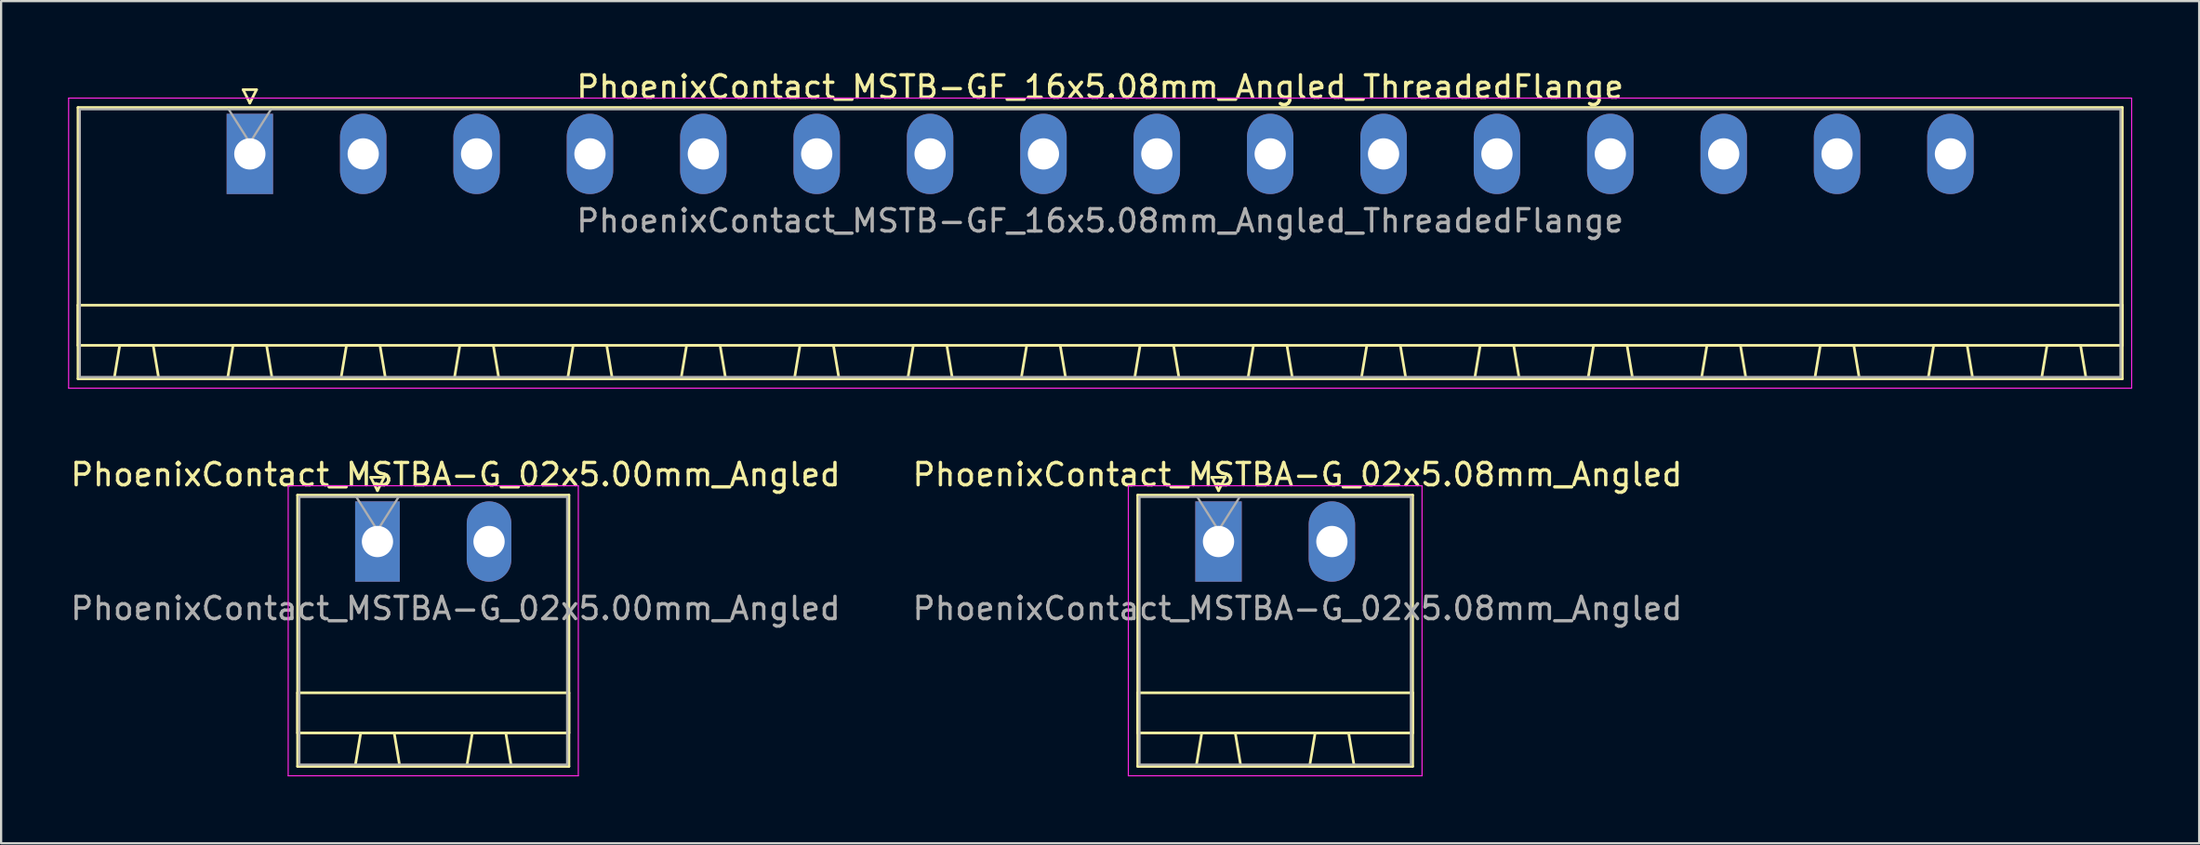
<source format=kicad_pcb>
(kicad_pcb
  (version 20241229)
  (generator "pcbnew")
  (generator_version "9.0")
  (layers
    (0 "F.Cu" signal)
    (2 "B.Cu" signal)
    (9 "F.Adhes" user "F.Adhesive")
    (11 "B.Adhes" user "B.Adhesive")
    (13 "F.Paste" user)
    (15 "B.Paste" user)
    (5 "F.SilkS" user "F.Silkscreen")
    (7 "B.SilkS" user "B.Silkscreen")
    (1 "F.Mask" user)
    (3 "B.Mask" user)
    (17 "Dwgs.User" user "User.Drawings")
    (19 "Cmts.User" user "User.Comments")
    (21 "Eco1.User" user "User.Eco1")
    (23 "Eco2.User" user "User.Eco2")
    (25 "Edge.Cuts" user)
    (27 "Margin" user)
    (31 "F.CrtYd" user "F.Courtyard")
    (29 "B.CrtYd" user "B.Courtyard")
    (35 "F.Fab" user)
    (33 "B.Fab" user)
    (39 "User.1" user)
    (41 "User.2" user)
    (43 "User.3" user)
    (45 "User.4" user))
  (footprint "PhoenixContact_MSTBA-G_02x5.08mm_Angled"
    (layer "F.Cu")
    (at 51.549 21.221)
    (property "Reference" "PhoenixContact_MSTBA-G_02x5.08mm_Angled" (at 3.54 -3 0) (layer "F.SilkS") (effects (font (size 1 1) (thickness 0.15))))
    (attr through_hole)
    (fp_line (start -3.62 -2.08) (end -3.62 10.08) (stroke (width 0.12) (type solid)) (layer "F.SilkS"))
    (fp_line (start -3.62 6.78) (end 8.7 6.78) (stroke (width 0.12) (type solid)) (layer "F.SilkS"))
    (fp_line (start -3.62 8.58) (end -3.62 6.78) (stroke (width 0.12) (type solid)) (layer "F.SilkS"))
    (fp_line (start -3.62 10.08) (end 8.7 10.08) (stroke (width 0.12) (type solid)) (layer "F.SilkS"))
    (fp_line (start -1 10.08) (end 1 10.08) (stroke (width 0.12) (type solid)) (layer "F.SilkS"))
    (fp_line (start -0.75 8.58) (end -1 10.08) (stroke (width 0.12) (type solid)) (layer "F.SilkS"))
    (fp_line (start -0.3 -2.88) (end 0.3 -2.88) (stroke (width 0.12) (type solid)) (layer "F.SilkS"))
    (fp_line (start 0 -2.28) (end -0.3 -2.88) (stroke (width 0.12) (type solid)) (layer "F.SilkS"))
    (fp_line (start 0.3 -2.88) (end 0 -2.28) (stroke (width 0.12) (type solid)) (layer "F.SilkS"))
    (fp_line (start 0.75 8.58) (end -0.75 8.58) (stroke (width 0.12) (type solid)) (layer "F.SilkS"))
    (fp_line (start 1 10.08) (end 0.75 8.58) (stroke (width 0.12) (type solid)) (layer "F.SilkS"))
    (fp_line (start 4.08 10.08) (end 6.08 10.08) (stroke (width 0.12) (type solid)) (layer "F.SilkS"))
    (fp_line (start 4.33 8.58) (end 4.08 10.08) (stroke (width 0.12) (type solid)) (layer "F.SilkS"))
    (fp_line (start 5.83 8.58) (end 4.33 8.58) (stroke (width 0.12) (type solid)) (layer "F.SilkS"))
    (fp_line (start 6.08 10.08) (end 5.83 8.58) (stroke (width 0.12) (type solid)) (layer "F.SilkS"))
    (fp_line (start 8.7 -2.08) (end -3.62 -2.08) (stroke (width 0.12) (type solid)) (layer "F.SilkS"))
    (fp_line (start 8.7 6.78) (end 8.7 8.58) (stroke (width 0.12) (type solid)) (layer "F.SilkS"))
    (fp_line (start 8.7 8.58) (end -3.62 8.58) (stroke (width 0.12) (type solid)) (layer "F.SilkS"))
    (fp_line (start 8.7 10.08) (end 8.7 -2.08) (stroke (width 0.12) (type solid)) (layer "F.SilkS"))
    (fp_line (start -4.04 -2.5) (end -4.04 10.5) (stroke (width 0.05) (type solid)) (layer "F.CrtYd"))
    (fp_line (start -4.04 10.5) (end 9.12 10.5) (stroke (width 0.05) (type solid)) (layer "F.CrtYd"))
    (fp_line (start 9.12 -2.5) (end -4.04 -2.5) (stroke (width 0.05) (type solid)) (layer "F.CrtYd"))
    (fp_line (start 9.12 10.5) (end 9.12 -2.5) (stroke (width 0.05) (type solid)) (layer "F.CrtYd"))
    (fp_line (start -3.54 -2) (end -3.54 10) (stroke (width 0.1) (type solid)) (layer "F.Fab"))
    (fp_line (start -3.54 10) (end 8.62 10) (stroke (width 0.1) (type solid)) (layer "F.Fab"))
    (fp_line (start 0 -0.5) (end -0.95 -2) (stroke (width 0.1) (type solid)) (layer "F.Fab"))
    (fp_line (start 0.95 -2) (end 0 -0.5) (stroke (width 0.1) (type solid)) (layer "F.Fab"))
    (fp_line (start 8.62 -2) (end -3.54 -2) (stroke (width 0.1) (type solid)) (layer "F.Fab"))
    (fp_line (start 8.62 10) (end 8.62 -2) (stroke (width 0.1) (type solid)) (layer "F.Fab"))
    (fp_text user "${REFERENCE}" (at 3.54 3 0) (layer "F.Fab") (effects (font (size 1 1) (thickness 0.15))))
    (pad "1" thru_hole rect (at 0 0) (size 2.08 3.6) (drill 1.4) (layers "*.Cu" "*.Mask"))
    (pad "2" thru_hole oval (at 5.08 0) (size 2.08 3.6) (drill 1.4) (layers "*.Cu" "*.Mask")))
  (footprint "PhoenixContact_MSTB-GF_16x5.08mm_Angled_ThreadedFlange"
    (layer "F.Cu")
    (at 8.145 3.848)
    (property "Reference" "PhoenixContact_MSTB-GF_16x5.08mm_Angled_ThreadedFlange" (at 38.1 -3 0) (layer "F.SilkS") (effects (font (size 1 1) (thickness 0.15))))
    (attr through_hole)
    (fp_line (start -7.7 -2.08) (end -7.7 10.08) (stroke (width 0.12) (type solid)) (layer "F.SilkS"))
    (fp_line (start -7.7 6.78) (end 83.9 6.78) (stroke (width 0.12) (type solid)) (layer "F.SilkS"))
    (fp_line (start -7.7 8.58) (end -7.7 6.78) (stroke (width 0.12) (type solid)) (layer "F.SilkS"))
    (fp_line (start -7.7 10.08) (end 83.9 10.08) (stroke (width 0.12) (type solid)) (layer "F.SilkS"))
    (fp_line (start -6.08 10.08) (end -4.08 10.08) (stroke (width 0.12) (type solid)) (layer "F.SilkS"))
    (fp_line (start -5.83 8.58) (end -6.08 10.08) (stroke (width 0.12) (type solid)) (layer "F.SilkS"))
    (fp_line (start -4.33 8.58) (end -5.83 8.58) (stroke (width 0.12) (type solid)) (layer "F.SilkS"))
    (fp_line (start -4.08 10.08) (end -4.33 8.58) (stroke (width 0.12) (type solid)) (layer "F.SilkS"))
    (fp_line (start -1 10.08) (end 1 10.08) (stroke (width 0.12) (type solid)) (layer "F.SilkS"))
    (fp_line (start -0.75 8.58) (end -1 10.08) (stroke (width 0.12) (type solid)) (layer "F.SilkS"))
    (fp_line (start -0.3 -2.88) (end 0.3 -2.88) (stroke (width 0.12) (type solid)) (layer "F.SilkS"))
    (fp_line (start 0 -2.28) (end -0.3 -2.88) (stroke (width 0.12) (type solid)) (layer "F.SilkS"))
    (fp_line (start 0.3 -2.88) (end 0 -2.28) (stroke (width 0.12) (type solid)) (layer "F.SilkS"))
    (fp_line (start 0.75 8.58) (end -0.75 8.58) (stroke (width 0.12) (type solid)) (layer "F.SilkS"))
    (fp_line (start 1 10.08) (end 0.75 8.58) (stroke (width 0.12) (type solid)) (layer "F.SilkS"))
    (fp_line (start 4.08 10.08) (end 6.08 10.08) (stroke (width 0.12) (type solid)) (layer "F.SilkS"))
    (fp_line (start 4.33 8.58) (end 4.08 10.08) (stroke (width 0.12) (type solid)) (layer "F.SilkS"))
    (fp_line (start 5.83 8.58) (end 4.33 8.58) (stroke (width 0.12) (type solid)) (layer "F.SilkS"))
    (fp_line (start 6.08 10.08) (end 5.83 8.58) (stroke (width 0.12) (type solid)) (layer "F.SilkS"))
    (fp_line (start 9.16 10.08) (end 11.16 10.08) (stroke (width 0.12) (type solid)) (layer "F.SilkS"))
    (fp_line (start 9.41 8.58) (end 9.16 10.08) (stroke (width 0.12) (type solid)) (layer "F.SilkS"))
    (fp_line (start 10.91 8.58) (end 9.41 8.58) (stroke (width 0.12) (type solid)) (layer "F.SilkS"))
    (fp_line (start 11.16 10.08) (end 10.91 8.58) (stroke (width 0.12) (type solid)) (layer "F.SilkS"))
    (fp_line (start 14.24 10.08) (end 16.24 10.08) (stroke (width 0.12) (type solid)) (layer "F.SilkS"))
    (fp_line (start 14.49 8.58) (end 14.24 10.08) (stroke (width 0.12) (type solid)) (layer "F.SilkS"))
    (fp_line (start 15.99 8.58) (end 14.49 8.58) (stroke (width 0.12) (type solid)) (layer "F.SilkS"))
    (fp_line (start 16.24 10.08) (end 15.99 8.58) (stroke (width 0.12) (type solid)) (layer "F.SilkS"))
    (fp_line (start 19.32 10.08) (end 21.32 10.08) (stroke (width 0.12) (type solid)) (layer "F.SilkS"))
    (fp_line (start 19.57 8.58) (end 19.32 10.08) (stroke (width 0.12) (type solid)) (layer "F.SilkS"))
    (fp_line (start 21.07 8.58) (end 19.57 8.58) (stroke (width 0.12) (type solid)) (layer "F.SilkS"))
    (fp_line (start 21.32 10.08) (end 21.07 8.58) (stroke (width 0.12) (type solid)) (layer "F.SilkS"))
    (fp_line (start 24.4 10.08) (end 26.4 10.08) (stroke (width 0.12) (type solid)) (layer "F.SilkS"))
    (fp_line (start 24.65 8.58) (end 24.4 10.08) (stroke (width 0.12) (type solid)) (layer "F.SilkS"))
    (fp_line (start 26.15 8.58) (end 24.65 8.58) (stroke (width 0.12) (type solid)) (layer "F.SilkS"))
    (fp_line (start 26.4 10.08) (end 26.15 8.58) (stroke (width 0.12) (type solid)) (layer "F.SilkS"))
    (fp_line (start 29.48 10.08) (end 31.48 10.08) (stroke (width 0.12) (type solid)) (layer "F.SilkS"))
    (fp_line (start 29.73 8.58) (end 29.48 10.08) (stroke (width 0.12) (type solid)) (layer "F.SilkS"))
    (fp_line (start 31.23 8.58) (end 29.73 8.58) (stroke (width 0.12) (type solid)) (layer "F.SilkS"))
    (fp_line (start 31.48 10.08) (end 31.23 8.58) (stroke (width 0.12) (type solid)) (layer "F.SilkS"))
    (fp_line (start 34.56 10.08) (end 36.56 10.08) (stroke (width 0.12) (type solid)) (layer "F.SilkS"))
    (fp_line (start 34.81 8.58) (end 34.56 10.08) (stroke (width 0.12) (type solid)) (layer "F.SilkS"))
    (fp_line (start 36.31 8.58) (end 34.81 8.58) (stroke (width 0.12) (type solid)) (layer "F.SilkS"))
    (fp_line (start 36.56 10.08) (end 36.31 8.58) (stroke (width 0.12) (type solid)) (layer "F.SilkS"))
    (fp_line (start 39.64 10.08) (end 41.64 10.08) (stroke (width 0.12) (type solid)) (layer "F.SilkS"))
    (fp_line (start 39.89 8.58) (end 39.64 10.08) (stroke (width 0.12) (type solid)) (layer "F.SilkS"))
    (fp_line (start 41.39 8.58) (end 39.89 8.58) (stroke (width 0.12) (type solid)) (layer "F.SilkS"))
    (fp_line (start 41.64 10.08) (end 41.39 8.58) (stroke (width 0.12) (type solid)) (layer "F.SilkS"))
    (fp_line (start 44.72 10.08) (end 46.72 10.08) (stroke (width 0.12) (type solid)) (layer "F.SilkS"))
    (fp_line (start 44.97 8.58) (end 44.72 10.08) (stroke (width 0.12) (type solid)) (layer "F.SilkS"))
    (fp_line (start 46.47 8.58) (end 44.97 8.58) (stroke (width 0.12) (type solid)) (layer "F.SilkS"))
    (fp_line (start 46.72 10.08) (end 46.47 8.58) (stroke (width 0.12) (type solid)) (layer "F.SilkS"))
    (fp_line (start 49.8 10.08) (end 51.8 10.08) (stroke (width 0.12) (type solid)) (layer "F.SilkS"))
    (fp_line (start 50.05 8.58) (end 49.8 10.08) (stroke (width 0.12) (type solid)) (layer "F.SilkS"))
    (fp_line (start 51.55 8.58) (end 50.05 8.58) (stroke (width 0.12) (type solid)) (layer "F.SilkS"))
    (fp_line (start 51.8 10.08) (end 51.55 8.58) (stroke (width 0.12) (type solid)) (layer "F.SilkS"))
    (fp_line (start 54.88 10.08) (end 56.88 10.08) (stroke (width 0.12) (type solid)) (layer "F.SilkS"))
    (fp_line (start 55.13 8.58) (end 54.88 10.08) (stroke (width 0.12) (type solid)) (layer "F.SilkS"))
    (fp_line (start 56.63 8.58) (end 55.13 8.58) (stroke (width 0.12) (type solid)) (layer "F.SilkS"))
    (fp_line (start 56.88 10.08) (end 56.63 8.58) (stroke (width 0.12) (type solid)) (layer "F.SilkS"))
    (fp_line (start 59.96 10.08) (end 61.96 10.08) (stroke (width 0.12) (type solid)) (layer "F.SilkS"))
    (fp_line (start 60.21 8.58) (end 59.96 10.08) (stroke (width 0.12) (type solid)) (layer "F.SilkS"))
    (fp_line (start 61.71 8.58) (end 60.21 8.58) (stroke (width 0.12) (type solid)) (layer "F.SilkS"))
    (fp_line (start 61.96 10.08) (end 61.71 8.58) (stroke (width 0.12) (type solid)) (layer "F.SilkS"))
    (fp_line (start 65.04 10.08) (end 67.04 10.08) (stroke (width 0.12) (type solid)) (layer "F.SilkS"))
    (fp_line (start 65.29 8.58) (end 65.04 10.08) (stroke (width 0.12) (type solid)) (layer "F.SilkS"))
    (fp_line (start 66.79 8.58) (end 65.29 8.58) (stroke (width 0.12) (type solid)) (layer "F.SilkS"))
    (fp_line (start 67.04 10.08) (end 66.79 8.58) (stroke (width 0.12) (type solid)) (layer "F.SilkS"))
    (fp_line (start 70.12 10.08) (end 72.12 10.08) (stroke (width 0.12) (type solid)) (layer "F.SilkS"))
    (fp_line (start 70.37 8.58) (end 70.12 10.08) (stroke (width 0.12) (type solid)) (layer "F.SilkS"))
    (fp_line (start 71.87 8.58) (end 70.37 8.58) (stroke (width 0.12) (type solid)) (layer "F.SilkS"))
    (fp_line (start 72.12 10.08) (end 71.87 8.58) (stroke (width 0.12) (type solid)) (layer "F.SilkS"))
    (fp_line (start 75.2 10.08) (end 77.2 10.08) (stroke (width 0.12) (type solid)) (layer "F.SilkS"))
    (fp_line (start 75.45 8.58) (end 75.2 10.08) (stroke (width 0.12) (type solid)) (layer "F.SilkS"))
    (fp_line (start 76.95 8.58) (end 75.45 8.58) (stroke (width 0.12) (type solid)) (layer "F.SilkS"))
    (fp_line (start 77.2 10.08) (end 76.95 8.58) (stroke (width 0.12) (type solid)) (layer "F.SilkS"))
    (fp_line (start 80.28 10.08) (end 82.28 10.08) (stroke (width 0.12) (type solid)) (layer "F.SilkS"))
    (fp_line (start 80.53 8.58) (end 80.28 10.08) (stroke (width 0.12) (type solid)) (layer "F.SilkS"))
    (fp_line (start 82.03 8.58) (end 80.53 8.58) (stroke (width 0.12) (type solid)) (layer "F.SilkS"))
    (fp_line (start 82.28 10.08) (end 82.03 8.58) (stroke (width 0.12) (type solid)) (layer "F.SilkS"))
    (fp_line (start 83.9 -2.08) (end -7.7 -2.08) (stroke (width 0.12) (type solid)) (layer "F.SilkS"))
    (fp_line (start 83.9 6.78) (end 83.9 8.58) (stroke (width 0.12) (type solid)) (layer "F.SilkS"))
    (fp_line (start 83.9 8.58) (end -7.7 8.58) (stroke (width 0.12) (type solid)) (layer "F.SilkS"))
    (fp_line (start 83.9 10.08) (end 83.9 -2.08) (stroke (width 0.12) (type solid)) (layer "F.SilkS"))
    (fp_line (start -8.12 -2.5) (end -8.12 10.5) (stroke (width 0.05) (type solid)) (layer "F.CrtYd"))
    (fp_line (start -8.12 10.5) (end 84.32 10.5) (stroke (width 0.05) (type solid)) (layer "F.CrtYd"))
    (fp_line (start 84.32 -2.5) (end -8.12 -2.5) (stroke (width 0.05) (type solid)) (layer "F.CrtYd"))
    (fp_line (start 84.32 10.5) (end 84.32 -2.5) (stroke (width 0.05) (type solid)) (layer "F.CrtYd"))
    (fp_line (start -7.62 -2) (end -7.62 10) (stroke (width 0.1) (type solid)) (layer "F.Fab"))
    (fp_line (start -7.62 10) (end 83.82 10) (stroke (width 0.1) (type solid)) (layer "F.Fab"))
    (fp_line (start 0 -0.5) (end -0.95 -2) (stroke (width 0.1) (type solid)) (layer "F.Fab"))
    (fp_line (start 0.95 -2) (end 0 -0.5) (stroke (width 0.1) (type solid)) (layer "F.Fab"))
    (fp_line (start 83.82 -2) (end -7.62 -2) (stroke (width 0.1) (type solid)) (layer "F.Fab"))
    (fp_line (start 83.82 10) (end 83.82 -2) (stroke (width 0.1) (type solid)) (layer "F.Fab"))
    (fp_text user "${REFERENCE}" (at 38.1 3 0) (layer "F.Fab") (effects (font (size 1 1) (thickness 0.15))))
    (pad "1" thru_hole rect (at 0 0) (size 2.08 3.6) (drill 1.4) (layers "*.Cu" "*.Mask"))
    (pad "2" thru_hole oval (at 5.08 0) (size 2.08 3.6) (drill 1.4) (layers "*.Cu" "*.Mask"))
    (pad "3" thru_hole oval (at 10.16 0) (size 2.08 3.6) (drill 1.4) (layers "*.Cu" "*.Mask"))
    (pad "4" thru_hole oval (at 15.24 0) (size 2.08 3.6) (drill 1.4) (layers "*.Cu" "*.Mask"))
    (pad "5" thru_hole oval (at 20.32 0) (size 2.08 3.6) (drill 1.4) (layers "*.Cu" "*.Mask"))
    (pad "6" thru_hole oval (at 25.4 0) (size 2.08 3.6) (drill 1.4) (layers "*.Cu" "*.Mask"))
    (pad "7" thru_hole oval (at 30.48 0) (size 2.08 3.6) (drill 1.4) (layers "*.Cu" "*.Mask"))
    (pad "8" thru_hole oval (at 35.56 0) (size 2.08 3.6) (drill 1.4) (layers "*.Cu" "*.Mask"))
    (pad "9" thru_hole oval (at 40.64 0) (size 2.08 3.6) (drill 1.4) (layers "*.Cu" "*.Mask"))
    (pad "10" thru_hole oval (at 45.72 0) (size 2.08 3.6) (drill 1.4) (layers "*.Cu" "*.Mask"))
    (pad "11" thru_hole oval (at 50.8 0) (size 2.08 3.6) (drill 1.4) (layers "*.Cu" "*.Mask"))
    (pad "12" thru_hole oval (at 55.88 0) (size 2.08 3.6) (drill 1.4) (layers "*.Cu" "*.Mask"))
    (pad "13" thru_hole oval (at 60.96 0) (size 2.08 3.6) (drill 1.4) (layers "*.Cu" "*.Mask"))
    (pad "14" thru_hole oval (at 66.04 0) (size 2.08 3.6) (drill 1.4) (layers "*.Cu" "*.Mask"))
    (pad "15" thru_hole oval (at 71.12 0) (size 2.08 3.6) (drill 1.4) (layers "*.Cu" "*.Mask"))
    (pad "16" thru_hole oval (at 76.2 0) (size 2.08 3.6) (drill 1.4) (layers "*.Cu" "*.Mask")))
  (footprint "PhoenixContact_MSTBA-G_02x5.00mm_Angled"
    (layer "F.Cu")
    (at 13.863 21.221)
    (property "Reference" "PhoenixContact_MSTBA-G_02x5.00mm_Angled" (at 3.5 -3 0) (layer "F.SilkS") (effects (font (size 1 1) (thickness 0.15))))
    (attr through_hole)
    (fp_line (start -3.58 -2.08) (end -3.58 10.08) (stroke (width 0.12) (type solid)) (layer "F.SilkS"))
    (fp_line (start -3.58 6.78) (end 8.58 6.78) (stroke (width 0.12) (type solid)) (layer "F.SilkS"))
    (fp_line (start -3.58 8.58) (end -3.58 6.78) (stroke (width 0.12) (type solid)) (layer "F.SilkS"))
    (fp_line (start -3.58 10.08) (end 8.58 10.08) (stroke (width 0.12) (type solid)) (layer "F.SilkS"))
    (fp_line (start -1 10.08) (end 1 10.08) (stroke (width 0.12) (type solid)) (layer "F.SilkS"))
    (fp_line (start -0.75 8.58) (end -1 10.08) (stroke (width 0.12) (type solid)) (layer "F.SilkS"))
    (fp_line (start -0.3 -2.88) (end 0.3 -2.88) (stroke (width 0.12) (type solid)) (layer "F.SilkS"))
    (fp_line (start 0 -2.28) (end -0.3 -2.88) (stroke (width 0.12) (type solid)) (layer "F.SilkS"))
    (fp_line (start 0.3 -2.88) (end 0 -2.28) (stroke (width 0.12) (type solid)) (layer "F.SilkS"))
    (fp_line (start 0.75 8.58) (end -0.75 8.58) (stroke (width 0.12) (type solid)) (layer "F.SilkS"))
    (fp_line (start 1 10.08) (end 0.75 8.58) (stroke (width 0.12) (type solid)) (layer "F.SilkS"))
    (fp_line (start 4 10.08) (end 6 10.08) (stroke (width 0.12) (type solid)) (layer "F.SilkS"))
    (fp_line (start 4.25 8.58) (end 4 10.08) (stroke (width 0.12) (type solid)) (layer "F.SilkS"))
    (fp_line (start 5.75 8.58) (end 4.25 8.58) (stroke (width 0.12) (type solid)) (layer "F.SilkS"))
    (fp_line (start 6 10.08) (end 5.75 8.58) (stroke (width 0.12) (type solid)) (layer "F.SilkS"))
    (fp_line (start 8.58 -2.08) (end -3.58 -2.08) (stroke (width 0.12) (type solid)) (layer "F.SilkS"))
    (fp_line (start 8.58 6.78) (end 8.58 8.58) (stroke (width 0.12) (type solid)) (layer "F.SilkS"))
    (fp_line (start 8.58 8.58) (end -3.58 8.58) (stroke (width 0.12) (type solid)) (layer "F.SilkS"))
    (fp_line (start 8.58 10.08) (end 8.58 -2.08) (stroke (width 0.12) (type solid)) (layer "F.SilkS"))
    (fp_line (start -4 -2.5) (end -4 10.5) (stroke (width 0.05) (type solid)) (layer "F.CrtYd"))
    (fp_line (start -4 10.5) (end 9 10.5) (stroke (width 0.05) (type solid)) (layer "F.CrtYd"))
    (fp_line (start 9 -2.5) (end -4 -2.5) (stroke (width 0.05) (type solid)) (layer "F.CrtYd"))
    (fp_line (start 9 10.5) (end 9 -2.5) (stroke (width 0.05) (type solid)) (layer "F.CrtYd"))
    (fp_line (start -3.5 -2) (end -3.5 10) (stroke (width 0.1) (type solid)) (layer "F.Fab"))
    (fp_line (start -3.5 10) (end 8.5 10) (stroke (width 0.1) (type solid)) (layer "F.Fab"))
    (fp_line (start 0 -0.5) (end -0.95 -2) (stroke (width 0.1) (type solid)) (layer "F.Fab"))
    (fp_line (start 0.95 -2) (end 0 -0.5) (stroke (width 0.1) (type solid)) (layer "F.Fab"))
    (fp_line (start 8.5 -2) (end -3.5 -2) (stroke (width 0.1) (type solid)) (layer "F.Fab"))
    (fp_line (start 8.5 10) (end 8.5 -2) (stroke (width 0.1) (type solid)) (layer "F.Fab"))
    (fp_text user "${REFERENCE}" (at 3.5 3 0) (layer "F.Fab") (effects (font (size 1 1) (thickness 0.15))))
    (pad "1" thru_hole rect (at 0 0) (size 2 3.6) (drill 1.4) (layers "*.Cu" "*.Mask"))
    (pad "2" thru_hole oval (at 5 0) (size 2 3.6) (drill 1.4) (layers "*.Cu" "*.Mask")))
  (gr_rect
    (start -3 -3)
    (end 95.49 34.746)
    (stroke (width 0.1) (type default))
    (fill no)
    (layer "Edge.Cuts")))
</source>
